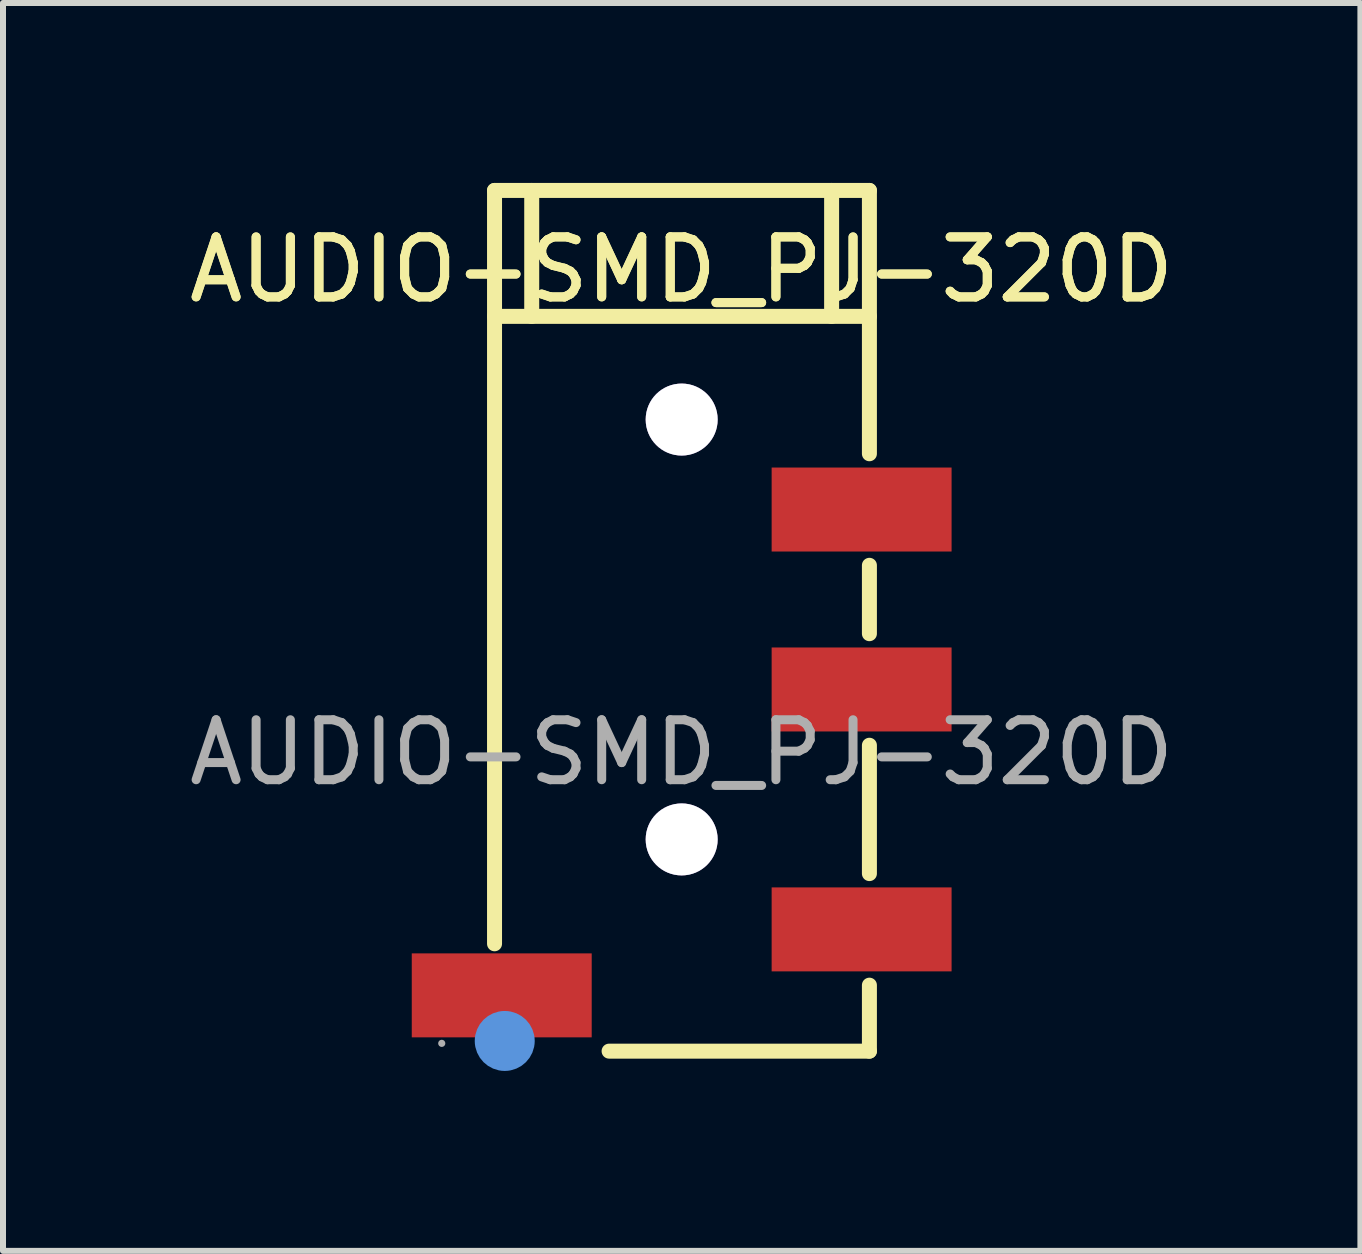
<source format=kicad_pcb>
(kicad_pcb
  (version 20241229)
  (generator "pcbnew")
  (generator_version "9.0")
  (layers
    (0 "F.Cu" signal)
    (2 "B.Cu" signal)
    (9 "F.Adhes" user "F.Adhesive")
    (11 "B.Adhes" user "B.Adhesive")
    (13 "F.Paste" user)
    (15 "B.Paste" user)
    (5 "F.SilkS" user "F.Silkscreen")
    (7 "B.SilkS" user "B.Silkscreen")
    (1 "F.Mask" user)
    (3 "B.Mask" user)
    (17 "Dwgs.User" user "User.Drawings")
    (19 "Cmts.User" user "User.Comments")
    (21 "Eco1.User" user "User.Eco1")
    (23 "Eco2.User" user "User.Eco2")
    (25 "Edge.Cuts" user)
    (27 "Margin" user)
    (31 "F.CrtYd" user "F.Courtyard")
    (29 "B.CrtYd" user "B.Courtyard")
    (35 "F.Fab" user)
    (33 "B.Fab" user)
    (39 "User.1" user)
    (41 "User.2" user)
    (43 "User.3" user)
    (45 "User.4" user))
  (footprint "AUDIO-SMD_PJ-320D"
    (layer "F.Cu")
    (at 8.315 9.495)
    (property "Reference" "AUDIO-SMD_PJ-320D" (at 0 -8.05 0) (layer "F.SilkS") (effects (font (size 1 1) (thickness 0.15))))
    (attr smd)
    (fp_line (start -3.12 -9.37) (end -3.12 3.19) (stroke (width 0.25) (type solid)) (layer "F.SilkS"))
    (fp_line (start -3.12 -9.37) (end 3.13 -9.37) (stroke (width 0.25) (type solid)) (layer "F.SilkS"))
    (fp_line (start -2.5 -9.37) (end -2.5 -7.27) (stroke (width 0.25) (type solid)) (layer "F.SilkS"))
    (fp_line (start 2.5 -7.27) (end 2.5 -9.37) (stroke (width 0.25) (type solid)) (layer "F.SilkS"))
    (fp_line (start 3.13 -9.37) (end 3.13 -4.98) (stroke (width 0.25) (type solid)) (layer "F.SilkS"))
    (fp_line (start 3.13 -7.27) (end -3.12 -7.27) (stroke (width 0.25) (type solid)) (layer "F.SilkS"))
    (fp_line (start 3.13 -3.12) (end 3.13 -1.98) (stroke (width 0.25) (type solid)) (layer "F.SilkS"))
    (fp_line (start 3.13 -0.12) (end 3.13 2.02) (stroke (width 0.25) (type solid)) (layer "F.SilkS"))
    (fp_line (start 3.13 3.88) (end 3.13 4.98) (stroke (width 0.25) (type solid)) (layer "F.SilkS"))
    (fp_line (start 3.13 4.98) (end -1.21 4.98) (stroke (width 0.25) (type solid)) (layer "F.SilkS"))
    (fp_circle (center -2.95 4.81) (end -2.7 4.81) (stroke (width 0.5) (type solid)) (fill no) (layer "Cmts.User"))
    (fp_circle (center 0 -5.55) (end 0.2 -5.55) (stroke (width 0.4) (type solid)) (fill no) (layer "Cmts.User"))
    (fp_circle (center 0 1.45) (end 0.2 1.45) (stroke (width 0.4) (type solid)) (fill no) (layer "Cmts.User"))
    (fp_circle (center -4 4.85) (end -3.97 4.85) (stroke (width 0.06) (type solid)) (fill no) (layer "F.Fab"))
    (fp_text user "${REFERENCE}" (at 0 -8.05 0) (layer "F.SilkS") (effects (font (size 1 1) (thickness 0.15))))
    (fp_text user "${REFERENCE}" (at 0 0 0) (layer "F.Fab") (effects (font (size 1 1) (thickness 0.15))))
    (pad "" thru_hole circle (at 0 -5.55) (size 1.2 1.2) (drill 1.2) (layers "*.Cu" "*.Mask"))
    (pad "" thru_hole circle (at 0 1.45) (size 1.2 1.2) (drill 1.2) (layers "*.Cu" "*.Mask"))
    (pad "1" smd rect (at -3 4.05) (size 3 1.4) (layers "F.Cu" "F.Mask" "F.Paste"))
    (pad "2" smd rect (at 3 -4.05) (size 3 1.4) (layers "F.Cu" "F.Mask" "F.Paste"))
    (pad "3" smd rect (at 3 -1.05) (size 3 1.4) (layers "F.Cu" "F.Mask" "F.Paste"))
    (pad "4" smd rect (at 3 2.95) (size 3 1.4) (layers "F.Cu" "F.Mask" "F.Paste")))
  (gr_rect
    (start -3 -3)
    (end 19.631 17.805)
    (stroke (width 0.1) (type default))
    (fill no)
    (layer "Edge.Cuts")))
</source>
